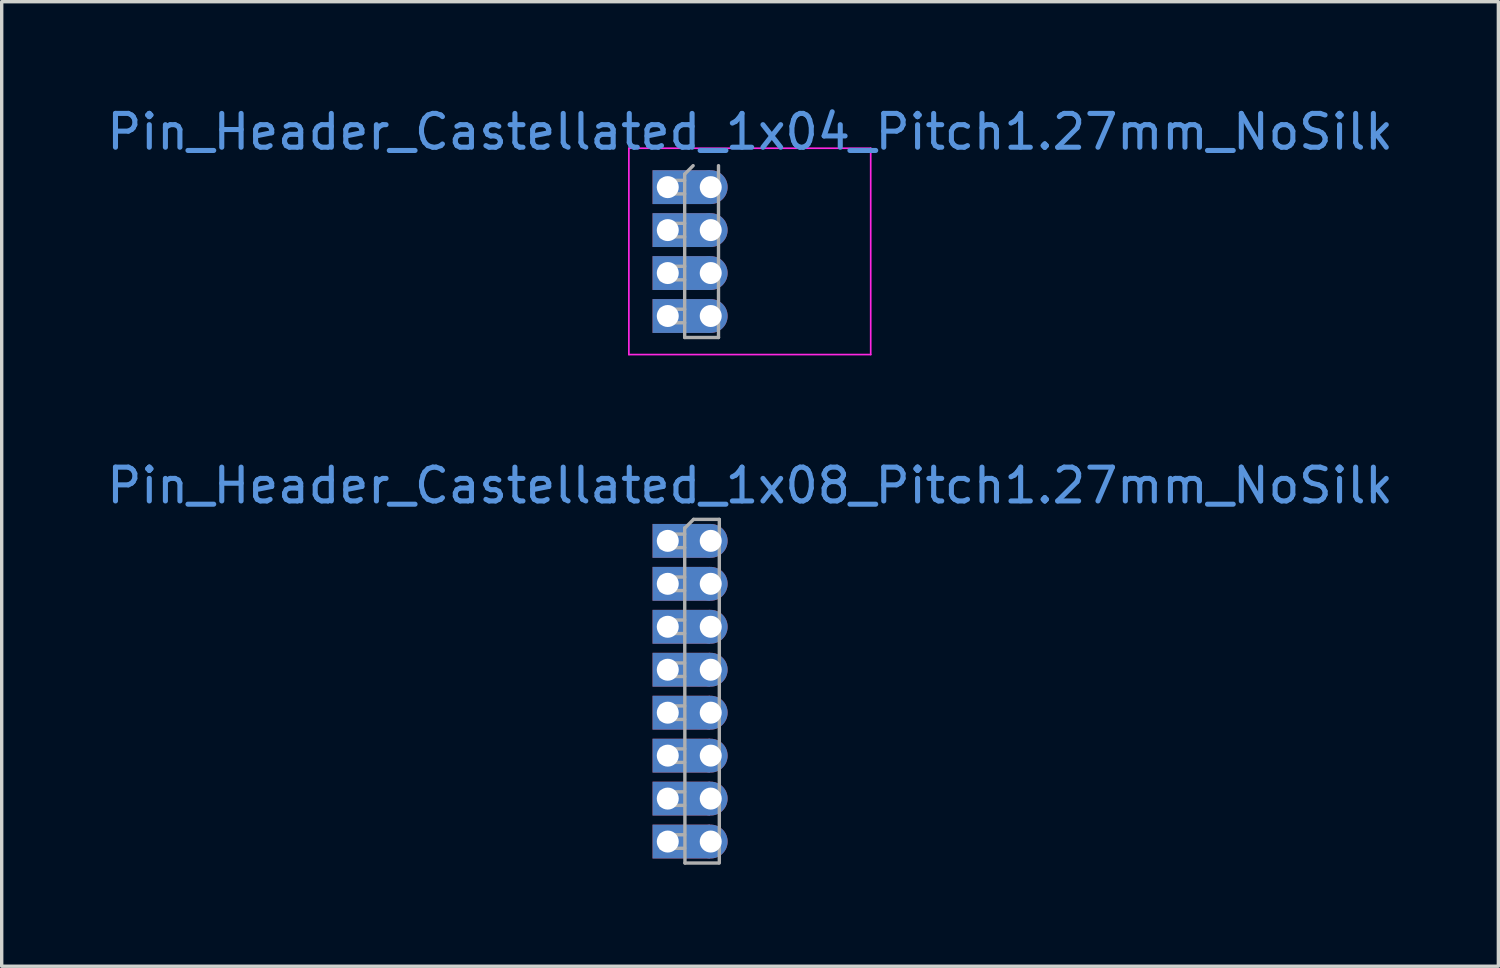
<source format=kicad_pcb>
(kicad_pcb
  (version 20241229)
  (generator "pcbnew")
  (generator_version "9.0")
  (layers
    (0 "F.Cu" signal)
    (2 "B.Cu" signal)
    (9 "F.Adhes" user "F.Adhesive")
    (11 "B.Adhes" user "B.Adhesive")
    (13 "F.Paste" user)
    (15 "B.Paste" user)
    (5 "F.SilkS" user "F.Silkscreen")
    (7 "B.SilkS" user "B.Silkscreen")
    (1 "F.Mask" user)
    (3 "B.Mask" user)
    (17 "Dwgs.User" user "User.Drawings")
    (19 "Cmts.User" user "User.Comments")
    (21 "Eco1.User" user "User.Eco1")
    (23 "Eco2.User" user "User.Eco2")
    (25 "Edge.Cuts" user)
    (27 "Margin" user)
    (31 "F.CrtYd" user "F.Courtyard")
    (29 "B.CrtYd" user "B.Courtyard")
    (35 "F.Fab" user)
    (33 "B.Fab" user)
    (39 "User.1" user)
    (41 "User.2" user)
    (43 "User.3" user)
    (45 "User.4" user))
  (footprint "Pin_Header_Castellated_1x08_Pitch1.27mm_NoSilk"
    (layer "F.Cu")
    (at 16.693 12.941)
    (property "Reference" "Pin_Header_Castellated_1x08_Pitch1.27mm_NoSilk" (at 2.433 -1.635 0) (layer "Cmts.User") (effects (font (size 1 1) (thickness 0.15))))
    (attr through_hole)
    (fp_line (start -0.2 -0.2) (end -0.2 0.2) (stroke (width 0.1) (type solid)) (layer "F.Fab"))
    (fp_line (start -0.2 -0.2) (end 0.5 -0.2) (stroke (width 0.1) (type solid)) (layer "F.Fab"))
    (fp_line (start -0.2 0.2) (end 0.5 0.2) (stroke (width 0.1) (type solid)) (layer "F.Fab"))
    (fp_line (start -0.2 1.07) (end -0.2 1.47) (stroke (width 0.1) (type solid)) (layer "F.Fab"))
    (fp_line (start -0.2 1.07) (end 0.5 1.07) (stroke (width 0.1) (type solid)) (layer "F.Fab"))
    (fp_line (start -0.2 1.47) (end 0.5 1.47) (stroke (width 0.1) (type solid)) (layer "F.Fab"))
    (fp_line (start -0.2 2.34) (end -0.2 2.74) (stroke (width 0.1) (type solid)) (layer "F.Fab"))
    (fp_line (start -0.2 2.34) (end 0.5 2.34) (stroke (width 0.1) (type solid)) (layer "F.Fab"))
    (fp_line (start -0.2 2.74) (end 0.5 2.74) (stroke (width 0.1) (type solid)) (layer "F.Fab"))
    (fp_line (start -0.2 3.61) (end -0.2 4.01) (stroke (width 0.1) (type solid)) (layer "F.Fab"))
    (fp_line (start -0.2 3.61) (end 0.5 3.61) (stroke (width 0.1) (type solid)) (layer "F.Fab"))
    (fp_line (start -0.2 4.01) (end 0.5 4.01) (stroke (width 0.1) (type solid)) (layer "F.Fab"))
    (fp_line (start -0.2 4.88) (end -0.2 5.28) (stroke (width 0.1) (type solid)) (layer "F.Fab"))
    (fp_line (start -0.2 4.88) (end 0.5 4.88) (stroke (width 0.1) (type solid)) (layer "F.Fab"))
    (fp_line (start -0.2 5.28) (end 0.5 5.28) (stroke (width 0.1) (type solid)) (layer "F.Fab"))
    (fp_line (start -0.2 6.15) (end -0.2 6.55) (stroke (width 0.1) (type solid)) (layer "F.Fab"))
    (fp_line (start -0.2 6.15) (end 0.5 6.15) (stroke (width 0.1) (type solid)) (layer "F.Fab"))
    (fp_line (start -0.2 6.55) (end 0.5 6.55) (stroke (width 0.1) (type solid)) (layer "F.Fab"))
    (fp_line (start -0.2 7.42) (end -0.2 7.82) (stroke (width 0.1) (type solid)) (layer "F.Fab"))
    (fp_line (start -0.2 7.42) (end 0.5 7.42) (stroke (width 0.1) (type solid)) (layer "F.Fab"))
    (fp_line (start -0.2 7.82) (end 0.5 7.82) (stroke (width 0.1) (type solid)) (layer "F.Fab"))
    (fp_line (start -0.2 8.69) (end -0.2 9.09) (stroke (width 0.1) (type solid)) (layer "F.Fab"))
    (fp_line (start -0.2 8.69) (end 0.5 8.69) (stroke (width 0.1) (type solid)) (layer "F.Fab"))
    (fp_line (start -0.2 9.09) (end 0.5 9.09) (stroke (width 0.1) (type solid)) (layer "F.Fab"))
    (fp_line (start 0.508 -0.381) (end 0.762 -0.635) (stroke (width 0.1) (type solid)) (layer "F.Fab"))
    (fp_line (start 0.508 9.525) (end 0.5 -0.385) (stroke (width 0.1) (type solid)) (layer "F.Fab"))
    (fp_line (start 1.5 9.525) (end 0.508 9.525) (stroke (width 0.1) (type solid)) (layer "F.Fab"))
    (fp_line (start 1.524 -0.635) (end 0.762 -0.635) (stroke (width 0.1) (type solid)) (layer "F.Fab"))
    (fp_line (start 1.524 -0.635) (end 1.524 9.525) (stroke (width 0.1) (type solid)) (layer "F.Fab"))
    (pad "1" thru_hole rect (at 0 0) (size 1.7 1) (drill 0.65 (offset 0.4 0)) (layers "*.Cu" "*.Mask"))
    (pad "1" thru_hole circle (at 1.27 0) (size 1 1) (drill 0.65) (layers "*.Cu" "*.Mask"))
    (pad "2" thru_hole rect (at 0 1.27) (size 1.7 1) (drill 0.65 (offset 0.4 0)) (layers "*.Cu" "*.Mask"))
    (pad "2" thru_hole circle (at 1.27 1.27) (size 1 1) (drill 0.65) (layers "*.Cu" "*.Mask"))
    (pad "3" thru_hole rect (at 0 2.54) (size 1.7 1) (drill 0.65 (offset 0.4 0)) (layers "*.Cu" "*.Mask"))
    (pad "3" thru_hole circle (at 1.27 2.54) (size 1 1) (drill 0.65) (layers "*.Cu" "*.Mask"))
    (pad "4" thru_hole rect (at 0 3.81) (size 1.7 1) (drill 0.65 (offset 0.4 0)) (layers "*.Cu" "*.Mask"))
    (pad "4" thru_hole circle (at 1.27 3.81) (size 1 1) (drill 0.65) (layers "*.Cu" "*.Mask"))
    (pad "5" thru_hole rect (at 0 5.08) (size 1.7 1) (drill 0.65 (offset 0.4 0)) (layers "*.Cu" "*.Mask"))
    (pad "5" thru_hole circle (at 1.27 5.08) (size 1 1) (drill 0.65) (layers "*.Cu" "*.Mask"))
    (pad "6" thru_hole rect (at 0 6.35) (size 1.7 1) (drill 0.65 (offset 0.4 0)) (layers "*.Cu" "*.Mask"))
    (pad "6" thru_hole circle (at 1.27 6.35) (size 1 1) (drill 0.65) (layers "*.Cu" "*.Mask"))
    (pad "7" thru_hole rect (at 0 7.62) (size 1.7 1) (drill 0.65 (offset 0.4 0)) (layers "*.Cu" "*.Mask"))
    (pad "7" thru_hole circle (at 1.27 7.62) (size 1 1) (drill 0.65) (layers "*.Cu" "*.Mask"))
    (pad "8" thru_hole rect (at 0 8.89) (size 1.7 1) (drill 0.65 (offset 0.4 0)) (layers "*.Cu" "*.Mask"))
    (pad "8" thru_hole circle (at 1.27 8.89) (size 1 1) (drill 0.65) (layers "*.Cu" "*.Mask")))
  (footprint "Pin_Header_Castellated_1x04_Pitch1.27mm_NoSilk"
    (layer "F.Cu")
    (at 16.693 2.483)
    (property "Reference" "Pin_Header_Castellated_1x04_Pitch1.27mm_NoSilk" (at 2.433 -1.635 0) (layer "Cmts.User") (effects (font (size 1 1) (thickness 0.15))))
    (attr through_hole)
    (fp_line (start -1.15 -1.15) (end -1.15 4.95) (stroke (width 0.05) (type solid)) (layer "F.CrtYd"))
    (fp_line (start -1.15 4.95) (end 6 4.95) (stroke (width 0.05) (type solid)) (layer "F.CrtYd"))
    (fp_line (start 6 -1.15) (end -1.15 -1.15) (stroke (width 0.05) (type solid)) (layer "F.CrtYd"))
    (fp_line (start 6 4.95) (end 6 -1.15) (stroke (width 0.05) (type solid)) (layer "F.CrtYd"))
    (fp_line (start -0.2 -0.2) (end -0.2 0.2) (stroke (width 0.1) (type solid)) (layer "F.Fab"))
    (fp_line (start -0.2 -0.2) (end 0.5 -0.2) (stroke (width 0.1) (type solid)) (layer "F.Fab"))
    (fp_line (start -0.2 0.2) (end 0.5 0.2) (stroke (width 0.1) (type solid)) (layer "F.Fab"))
    (fp_line (start -0.2 1.07) (end -0.2 1.47) (stroke (width 0.1) (type solid)) (layer "F.Fab"))
    (fp_line (start -0.2 1.07) (end 0.5 1.07) (stroke (width 0.1) (type solid)) (layer "F.Fab"))
    (fp_line (start -0.2 1.47) (end 0.5 1.47) (stroke (width 0.1) (type solid)) (layer "F.Fab"))
    (fp_line (start -0.2 2.34) (end -0.2 2.74) (stroke (width 0.1) (type solid)) (layer "F.Fab"))
    (fp_line (start -0.2 2.34) (end 0.5 2.34) (stroke (width 0.1) (type solid)) (layer "F.Fab"))
    (fp_line (start -0.2 2.74) (end 0.5 2.74) (stroke (width 0.1) (type solid)) (layer "F.Fab"))
    (fp_line (start -0.2 3.61) (end -0.2 4.01) (stroke (width 0.1) (type solid)) (layer "F.Fab"))
    (fp_line (start -0.2 3.61) (end 0.5 3.61) (stroke (width 0.1) (type solid)) (layer "F.Fab"))
    (fp_line (start -0.2 4.01) (end 0.5 4.01) (stroke (width 0.1) (type solid)) (layer "F.Fab"))
    (fp_line (start 0.5 -0.385) (end 0.75 -0.635) (stroke (width 0.1) (type solid)) (layer "F.Fab"))
    (fp_line (start 0.5 4.445) (end 0.5 -0.385) (stroke (width 0.1) (type solid)) (layer "F.Fab"))
    (fp_line (start 1.5 -0.635) (end 1.5 4.445) (stroke (width 0.1) (type solid)) (layer "F.Fab"))
    (fp_line (start 1.5 4.445) (end 0.5 4.445) (stroke (width 0.1) (type solid)) (layer "F.Fab"))
    (pad "1" thru_hole rect (at 0 0) (size 1.7 1) (drill 0.65 (offset 0.4 0)) (layers "*.Cu" "*.Mask"))
    (pad "1" thru_hole circle (at 1.27 0) (size 1 1) (drill 0.65) (layers "*.Cu" "*.Mask"))
    (pad "2" thru_hole rect (at 0 1.27) (size 1.7 1) (drill 0.65 (offset 0.4 0)) (layers "*.Cu" "*.Mask"))
    (pad "2" thru_hole circle (at 1.27 1.27) (size 1 1) (drill 0.65) (layers "*.Cu" "*.Mask"))
    (pad "3" thru_hole rect (at 0 2.54) (size 1.7 1) (drill 0.65 (offset 0.4 0)) (layers "*.Cu" "*.Mask"))
    (pad "3" thru_hole circle (at 1.27 2.54) (size 1 1) (drill 0.65) (layers "*.Cu" "*.Mask"))
    (pad "4" thru_hole rect (at 0 3.81) (size 1.7 1) (drill 0.65 (offset 0.4 0)) (layers "*.Cu" "*.Mask"))
    (pad "4" thru_hole circle (at 1.27 3.81) (size 1 1) (drill 0.65) (layers "*.Cu" "*.Mask")))
  (gr_rect
    (start -3 -3)
    (end 41.25 25.517)
    (stroke (width 0.1) (type default))
    (fill no)
    (layer "Edge.Cuts")))
</source>
